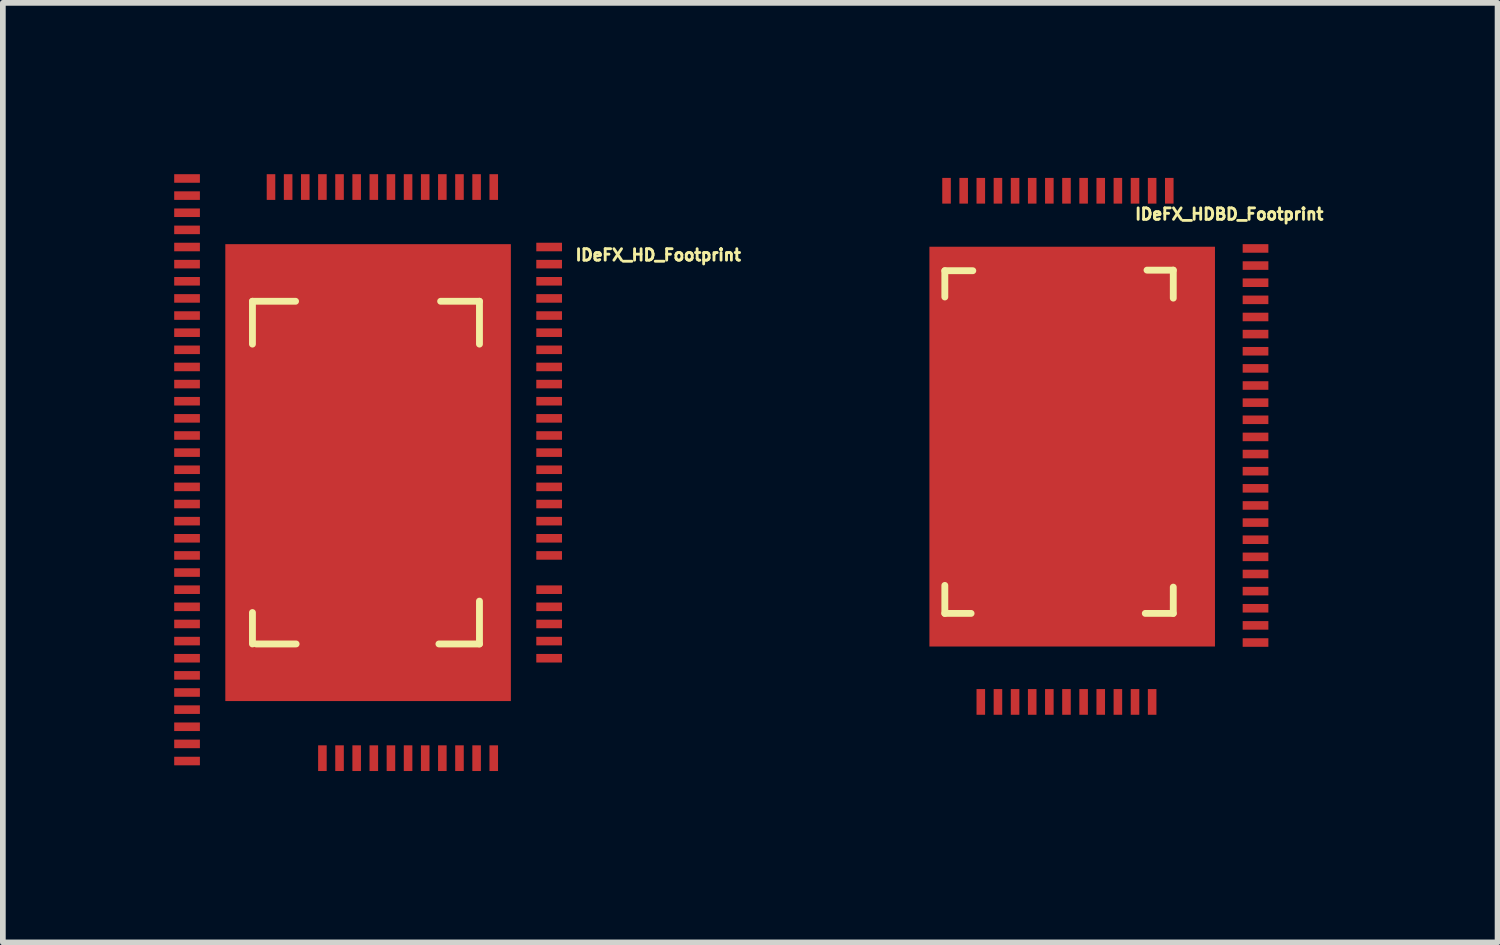
<source format=kicad_pcb>
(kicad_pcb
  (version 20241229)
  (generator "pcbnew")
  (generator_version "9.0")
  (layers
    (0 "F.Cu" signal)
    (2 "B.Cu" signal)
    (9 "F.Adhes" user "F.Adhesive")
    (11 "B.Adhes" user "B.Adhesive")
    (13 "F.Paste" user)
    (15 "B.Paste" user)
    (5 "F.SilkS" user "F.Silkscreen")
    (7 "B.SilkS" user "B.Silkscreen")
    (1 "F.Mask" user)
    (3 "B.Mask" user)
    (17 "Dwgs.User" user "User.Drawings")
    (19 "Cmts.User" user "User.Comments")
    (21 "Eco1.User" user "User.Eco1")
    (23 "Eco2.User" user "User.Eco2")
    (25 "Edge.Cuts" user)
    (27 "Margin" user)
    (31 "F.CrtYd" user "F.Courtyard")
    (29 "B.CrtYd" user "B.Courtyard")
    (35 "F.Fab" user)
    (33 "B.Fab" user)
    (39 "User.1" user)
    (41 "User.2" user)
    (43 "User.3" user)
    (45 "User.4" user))
  (footprint "IDeFX_HD_Footprint"
    (layer "F.Cu")
    (at 3.395 5.225)
    (property "Reference" "IDeFX_HD_Footprint" (at 5.08 -3.81 0) (layer "F.SilkS") (effects (font (size 0.2 0.2) (thickness 0.05))))
    (attr through_hole)
    (fp_line (start -2.025 -3) (end -2.025 -2.25) (stroke (width 0.12) (type solid)) (layer "F.SilkS"))
    (fp_line (start -2.025 -3) (end -1.27 -3) (stroke (width 0.12) (type solid)) (layer "F.SilkS"))
    (fp_line (start -2.025 2.45) (end -2.025 3) (stroke (width 0.12) (type solid)) (layer "F.SilkS"))
    (fp_line (start -1.96 3) (end -1.26 3) (stroke (width 0.12) (type solid)) (layer "F.SilkS"))
    (fp_line (start 1.95 -3) (end 1.27 -3) (stroke (width 0.12) (type solid)) (layer "F.SilkS"))
    (fp_line (start 1.95 -3) (end 1.95 -2.25) (stroke (width 0.12) (type solid)) (layer "F.SilkS"))
    (fp_line (start 1.95 3) (end 1.24 3) (stroke (width 0.12) (type solid)) (layer "F.SilkS"))
    (fp_line (start 1.95 3) (end 1.95 2.25) (stroke (width 0.12) (type solid)) (layer "F.SilkS"))
    (pad "1" smd rect (at -1.7 -5) (size 0.15 0.45) (layers "F.Cu" "F.Mask"))
    (pad "2" smd rect (at -1.4 -5) (size 0.15 0.45) (layers "F.Cu" "F.Mask"))
    (pad "3" smd rect (at -1.1 -5) (size 0.15 0.45) (layers "F.Cu" "F.Mask"))
    (pad "4" smd rect (at -0.8 -5) (size 0.15 0.45) (layers "F.Cu" "F.Mask"))
    (pad "5" smd rect (at -0.5 -5) (size 0.15 0.45) (layers "F.Cu" "F.Mask"))
    (pad "6" smd rect (at -0.2 -5) (size 0.15 0.45) (layers "F.Cu" "F.Mask"))
    (pad "7" smd rect (at 0.1 -5) (size 0.15 0.45) (layers "F.Cu" "F.Mask"))
    (pad "8" smd rect (at 0.4 -5) (size 0.15 0.45) (layers "F.Cu" "F.Mask"))
    (pad "9" smd rect (at 0.7 -5) (size 0.15 0.45) (layers "F.Cu" "F.Mask"))
    (pad "10" smd rect (at 1 -5) (size 0.15 0.45) (layers "F.Cu" "F.Mask"))
    (pad "11" smd rect (at 1.3 -5) (size 0.15 0.45) (layers "F.Cu" "F.Mask"))
    (pad "12" smd rect (at 1.6 -5) (size 0.15 0.45) (layers "F.Cu" "F.Mask"))
    (pad "13" smd rect (at 1.9 -5) (size 0.15 0.45) (layers "F.Cu" "F.Mask"))
    (pad "14" smd rect (at 2.2 -5) (size 0.15 0.45) (layers "F.Cu" "F.Mask"))
    (pad "15" smd rect (at 3.17 -3.95) (size 0.45 0.15) (layers "F.Cu" "F.Mask"))
    (pad "16" smd rect (at 3.17 -3.65) (size 0.45 0.15) (layers "F.Cu" "F.Mask"))
    (pad "17" smd rect (at 3.17 -3.35) (size 0.45 0.15) (layers "F.Cu" "F.Mask"))
    (pad "18" smd rect (at 3.17 -3.05) (size 0.45 0.15) (layers "F.Cu" "F.Mask"))
    (pad "19" smd rect (at 3.17 -2.75) (size 0.45 0.15) (layers "F.Cu" "F.Mask"))
    (pad "20" smd rect (at 3.17 -2.45) (size 0.45 0.15) (layers "F.Cu" "F.Mask"))
    (pad "21" smd rect (at 3.17 -2.15) (size 0.45 0.15) (layers "F.Cu" "F.Mask"))
    (pad "22" smd rect (at 3.17 -1.85) (size 0.45 0.15) (layers "F.Cu" "F.Mask"))
    (pad "23" smd rect (at 3.17 -1.55) (size 0.45 0.15) (layers "F.Cu" "F.Mask"))
    (pad "24" smd rect (at 3.17 -1.25) (size 0.45 0.15) (layers "F.Cu" "F.Mask"))
    (pad "25" smd rect (at 3.17 -0.95) (size 0.45 0.15) (layers "F.Cu" "F.Mask"))
    (pad "26" smd rect (at 3.17 -0.65) (size 0.45 0.15) (layers "F.Cu" "F.Mask"))
    (pad "27" smd rect (at 3.17 -0.35) (size 0.45 0.15) (layers "F.Cu" "F.Mask"))
    (pad "28" smd rect (at 3.17 -0.05) (size 0.45 0.15) (layers "F.Cu" "F.Mask"))
    (pad "29" smd rect (at 3.17 0.25) (size 0.45 0.15) (layers "F.Cu" "F.Mask"))
    (pad "30" smd rect (at 3.17 0.55) (size 0.45 0.15) (layers "F.Cu" "F.Mask"))
    (pad "31" smd rect (at 3.17 0.85) (size 0.45 0.15) (layers "F.Cu" "F.Mask"))
    (pad "32" smd rect (at 3.17 1.15) (size 0.45 0.15) (layers "F.Cu" "F.Mask"))
    (pad "33" smd rect (at 3.17 1.45) (size 0.45 0.15) (layers "F.Cu" "F.Mask"))
    (pad "34" smd rect (at 3.17 2.05) (size 0.45 0.15) (layers "F.Cu" "F.Mask"))
    (pad "35" smd rect (at 3.17 2.35) (size 0.45 0.15) (layers "F.Cu" "F.Mask"))
    (pad "36" smd rect (at 3.17 2.65) (size 0.45 0.15) (layers "F.Cu" "F.Mask"))
    (pad "37" smd rect (at 3.17 2.95) (size 0.45 0.15) (layers "F.Cu" "F.Mask"))
    (pad "38" smd rect (at 3.17 3.25) (size 0.45 0.15) (layers "F.Cu" "F.Mask"))
    (pad "39" smd rect (at 2.2 5) (size 0.15 0.45) (layers "F.Cu" "F.Mask"))
    (pad "40" smd rect (at 1.9 5) (size 0.15 0.45) (layers "F.Cu" "F.Mask"))
    (pad "41" smd rect (at 1.6 5) (size 0.15 0.45) (layers "F.Cu" "F.Mask"))
    (pad "42" smd rect (at 1.3 5) (size 0.15 0.45) (layers "F.Cu" "F.Mask"))
    (pad "43" smd rect (at 1 5) (size 0.15 0.45) (layers "F.Cu" "F.Mask"))
    (pad "44" smd rect (at 0.7 5) (size 0.15 0.45) (layers "F.Cu" "F.Mask"))
    (pad "45" smd rect (at 0.4 5) (size 0.15 0.45) (layers "F.Cu" "F.Mask"))
    (pad "46" smd rect (at 0.1 5) (size 0.15 0.45) (layers "F.Cu" "F.Mask"))
    (pad "47" smd rect (at -0.2 5) (size 0.15 0.45) (layers "F.Cu" "F.Mask"))
    (pad "48" smd rect (at -0.5 5) (size 0.15 0.45) (layers "F.Cu" "F.Mask"))
    (pad "49" smd rect (at -0.8 5) (size 0.15 0.45) (layers "F.Cu" "F.Mask"))
    (pad "50" smd rect (at -3.17 5.05) (size 0.45 0.15) (layers "F.Cu" "F.Mask"))
    (pad "51" smd rect (at -3.17 4.75) (size 0.45 0.15) (layers "F.Cu" "F.Mask"))
    (pad "52" smd rect (at -3.17 4.45) (size 0.45 0.15) (layers "F.Cu" "F.Mask"))
    (pad "53" smd rect (at -3.17 4.15) (size 0.45 0.15) (layers "F.Cu" "F.Mask"))
    (pad "54" smd rect (at -3.17 3.85) (size 0.45 0.15) (layers "F.Cu" "F.Mask"))
    (pad "55" smd rect (at -3.17 3.55) (size 0.45 0.15) (layers "F.Cu" "F.Mask"))
    (pad "56" smd rect (at -3.17 3.25) (size 0.45 0.15) (layers "F.Cu" "F.Mask"))
    (pad "57" smd rect (at -3.17 2.95) (size 0.45 0.15) (layers "F.Cu" "F.Mask"))
    (pad "58" smd rect (at -3.17 2.65) (size 0.45 0.15) (layers "F.Cu" "F.Mask"))
    (pad "59" smd rect (at -3.17 2.35) (size 0.45 0.15) (layers "F.Cu" "F.Mask"))
    (pad "60" smd rect (at -3.17 2.05) (size 0.45 0.15) (layers "F.Cu" "F.Mask"))
    (pad "61" smd rect (at -3.17 1.75) (size 0.45 0.15) (layers "F.Cu" "F.Mask"))
    (pad "62" smd rect (at -3.17 1.45) (size 0.45 0.15) (layers "F.Cu" "F.Mask"))
    (pad "63" smd rect (at -3.17 1.15) (size 0.45 0.15) (layers "F.Cu" "F.Mask"))
    (pad "64" smd rect (at -3.17 0.85) (size 0.45 0.15) (layers "F.Cu" "F.Mask"))
    (pad "65" smd rect (at -3.17 0.55) (size 0.45 0.15) (layers "F.Cu" "F.Mask"))
    (pad "66" smd rect (at -3.17 0.25) (size 0.45 0.15) (layers "F.Cu" "F.Mask"))
    (pad "67" smd rect (at -3.17 -0.05) (size 0.45 0.15) (layers "F.Cu" "F.Mask"))
    (pad "68" smd rect (at -3.17 -0.35) (size 0.45 0.15) (layers "F.Cu" "F.Mask"))
    (pad "69" smd rect (at -3.17 -0.65) (size 0.45 0.15) (layers "F.Cu" "F.Mask"))
    (pad "70" smd rect (at -3.17 -0.95) (size 0.45 0.15) (layers "F.Cu" "F.Mask"))
    (pad "71" smd rect (at -3.17 -1.25) (size 0.45 0.15) (layers "F.Cu" "F.Mask"))
    (pad "72" smd rect (at -3.17 -1.55) (size 0.45 0.15) (layers "F.Cu" "F.Mask"))
    (pad "73" smd rect (at -3.17 -1.85) (size 0.45 0.15) (layers "F.Cu" "F.Mask"))
    (pad "74" smd rect (at -3.17 -2.15) (size 0.45 0.15) (layers "F.Cu" "F.Mask"))
    (pad "75" smd rect (at -3.17 -2.45) (size 0.45 0.15) (layers "F.Cu" "F.Mask"))
    (pad "76" smd rect (at -3.17 -2.75) (size 0.45 0.15) (layers "F.Cu" "F.Mask"))
    (pad "77" smd rect (at -3.17 -3.05) (size 0.45 0.15) (layers "F.Cu" "F.Mask"))
    (pad "78" smd rect (at -3.17 -3.35) (size 0.45 0.15) (layers "F.Cu" "F.Mask"))
    (pad "79" smd rect (at -3.17 -3.65) (size 0.45 0.15) (layers "F.Cu" "F.Mask"))
    (pad "80" smd rect (at -3.17 -3.95) (size 0.45 0.15) (layers "F.Cu" "F.Mask"))
    (pad "81" smd rect (at -3.17 -4.25) (size 0.45 0.15) (layers "F.Cu" "F.Mask"))
    (pad "82" smd rect (at -3.17 -4.55) (size 0.45 0.15) (layers "F.Cu" "F.Mask"))
    (pad "82" smd rect (at 0 0) (size 5 8) (layers "F.Cu" "F.Mask"))
    (pad "83" smd rect (at -3.17 -4.85) (size 0.45 0.15) (layers "F.Cu" "F.Mask"))
    (pad "84" smd rect (at -3.17 -5.15) (size 0.45 0.15) (layers "F.Cu" "F.Mask")))
  (footprint "IDeFX_HDBD_Footprint"
    (layer "F.Cu")
    (at 13.223 8.05)
    (property "Reference" "IDeFX_HDBD_Footprint" (at 5.25 -7.35 0) (layer "F.SilkS") (effects (font (size 0.2 0.2) (thickness 0.05))))
    (attr through_hole)
    (fp_poly (pts (xy 4.52 -6.9) (xy 5.12 -6.9) (xy 5.96 -6.9) (xy 5.96 0.64) (xy 5.14 0.64) (xy 4.49 0.64) (xy 4.49 1.45) (xy 0 1.45) (xy 0 -7.99) (xy 4.52 -7.99)) (stroke (width 0.12) (type solid)) (fill yes) (layer "F.Mask"))
    (fp_line (start 0.27 -6.36) (end 0.27 -5.9) (stroke (width 0.12) (type solid)) (layer "F.SilkS"))
    (fp_line (start 0.27 -6.36) (end 0.76 -6.36) (stroke (width 0.12) (type solid)) (layer "F.SilkS"))
    (fp_line (start 0.27 -0.36) (end 0.27 -0.85) (stroke (width 0.12) (type solid)) (layer "F.SilkS"))
    (fp_line (start 0.27 -0.36) (end 0.73 -0.36) (stroke (width 0.12) (type solid)) (layer "F.SilkS"))
    (fp_line (start 4.27 -6.37) (end 3.81 -6.37) (stroke (width 0.12) (type solid)) (layer "F.SilkS"))
    (fp_line (start 4.27 -6.37) (end 4.27 -5.88) (stroke (width 0.12) (type solid)) (layer "F.SilkS"))
    (fp_line (start 4.27 -0.36) (end 3.78 -0.36) (stroke (width 0.12) (type solid)) (layer "F.SilkS"))
    (fp_line (start 4.27 -0.36) (end 4.27 -0.82) (stroke (width 0.12) (type solid)) (layer "F.SilkS"))
    (pad "" smd rect (at 0.24 -5.67) (size 0.48 0.12) (layers "Eco1.User"))
    (pad "" smd rect (at 0.24 -5.52) (size 0.48 0.12) (layers "Eco1.User"))
    (pad "" smd rect (at 0.24 -5.37) (size 0.48 0.12) (layers "Eco1.User"))
    (pad "" smd rect (at 0.24 -5.22) (size 0.48 0.12) (layers "Eco1.User"))
    (pad "" smd rect (at 0.24 -5.07) (size 0.48 0.12) (layers "Eco1.User"))
    (pad "" smd rect (at 0.24 -4.92) (size 0.48 0.12) (layers "Eco1.User"))
    (pad "" smd rect (at 0.24 -4.77) (size 0.48 0.12) (layers "Eco1.User"))
    (pad "" smd rect (at 0.24 -4.62) (size 0.48 0.12) (layers "Eco1.User"))
    (pad "" smd rect (at 0.24 -4.47) (size 0.48 0.12) (layers "Eco1.User"))
    (pad "" smd rect (at 0.24 -4.32) (size 0.48 0.12) (layers "Eco1.User"))
    (pad "" smd rect (at 0.24 -4.17) (size 0.48 0.12) (layers "Eco1.User"))
    (pad "" smd rect (at 0.24 -4.02) (size 0.48 0.12) (layers "Eco1.User"))
    (pad "" smd rect (at 0.24 -3.87) (size 0.48 0.12) (layers "Eco1.User"))
    (pad "" smd rect (at 0.24 -3.72) (size 0.48 0.12) (layers "Eco1.User"))
    (pad "" smd rect (at 0.24 -3.57) (size 0.48 0.12) (layers "Eco1.User"))
    (pad "" smd rect (at 0.24 -3.42) (size 0.48 0.12) (layers "Eco1.User"))
    (pad "" smd rect (at 0.24 -3.27) (size 0.48 0.12) (layers "Eco1.User"))
    (pad "" smd rect (at 0.24 -3.12) (size 0.48 0.12) (layers "Eco1.User"))
    (pad "" smd rect (at 0.24 -2.97) (size 0.48 0.12) (layers "Eco1.User"))
    (pad "" smd rect (at 0.24 -2.82) (size 0.48 0.12) (layers "Eco1.User"))
    (pad "" smd rect (at 0.24 -2.67) (size 0.48 0.12) (layers "Eco1.User"))
    (pad "" smd rect (at 0.24 -2.52) (size 0.48 0.12) (layers "Eco1.User"))
    (pad "" smd rect (at 0.24 -2.37) (size 0.48 0.12) (layers "Eco1.User"))
    (pad "" smd rect (at 0.24 -2.22) (size 0.48 0.12) (layers "Eco1.User"))
    (pad "" smd rect (at 0.24 -2.07) (size 0.48 0.12) (layers "Eco1.User"))
    (pad "" smd rect (at 0.24 -1.92) (size 0.48 0.12) (layers "Eco1.User"))
    (pad "" smd rect (at 0.24 -1.77) (size 0.48 0.12) (layers "Eco1.User"))
    (pad "" smd rect (at 0.24 -1.62) (size 0.48 0.12) (layers "Eco1.User"))
    (pad "" smd rect (at 0.24 -1.47) (size 0.48 0.12) (layers "Eco1.User"))
    (pad "" smd rect (at 0.24 -1.32) (size 0.48 0.12) (layers "Eco1.User"))
    (pad "" smd rect (at 0.24 -1.17) (size 0.48 0.12) (layers "Eco1.User"))
    (pad "" smd rect (at 0.24 -1.02) (size 0.48 0.12) (layers "Eco1.User"))
    (pad "1" smd rect (at 0.3 -7.76) (size 0.15 0.45) (layers "F.Cu" "F.Mask"))
    (pad "2" smd rect (at 0.6 -7.76) (size 0.15 0.45) (layers "F.Cu" "F.Mask"))
    (pad "3" smd rect (at 0.9 -7.76) (size 0.15 0.45) (layers "F.Cu" "F.Mask"))
    (pad "4" smd rect (at 1.2 -7.76) (size 0.15 0.45) (layers "F.Cu" "F.Mask"))
    (pad "5" smd rect (at 1.5 -7.76) (size 0.15 0.45) (layers "F.Cu" "F.Mask"))
    (pad "6" smd rect (at 1.8 -7.76) (size 0.15 0.45) (layers "F.Cu" "F.Mask"))
    (pad "7" smd rect (at 2.1 -7.76) (size 0.15 0.45) (layers "F.Cu" "F.Mask"))
    (pad "8" smd rect (at 2.4 -7.76) (size 0.15 0.45) (layers "F.Cu" "F.Mask"))
    (pad "9" smd rect (at 2.7 -7.76) (size 0.15 0.45) (layers "F.Cu" "F.Mask"))
    (pad "10" smd rect (at 3 -7.76) (size 0.15 0.45) (layers "F.Cu" "F.Mask"))
    (pad "11" smd rect (at 3.3 -7.76) (size 0.15 0.45) (layers "F.Cu" "F.Mask"))
    (pad "12" smd rect (at 3.6 -7.76) (size 0.15 0.45) (layers "F.Cu" "F.Mask"))
    (pad "13" smd rect (at 3.9 -7.76) (size 0.15 0.45) (layers "F.Cu" "F.Mask"))
    (pad "14" smd rect (at 4.2 -7.76) (size 0.15 0.45) (layers "F.Cu" "F.Mask"))
    (pad "15" smd rect (at 5.71 -6.75) (size 0.45 0.15) (layers "F.Cu" "F.Mask"))
    (pad "16" smd rect (at 5.71 -6.45) (size 0.45 0.15) (layers "F.Cu" "F.Mask"))
    (pad "17" smd rect (at 5.71 -6.15) (size 0.45 0.15) (layers "F.Cu" "F.Mask"))
    (pad "18" smd rect (at 5.71 -5.85) (size 0.45 0.15) (layers "F.Cu" "F.Mask"))
    (pad "19" smd rect (at 5.71 -5.55) (size 0.45 0.15) (layers "F.Cu" "F.Mask"))
    (pad "20" smd rect (at 5.71 -5.25) (size 0.45 0.15) (layers "F.Cu" "F.Mask"))
    (pad "21" smd rect (at 5.71 -4.95) (size 0.45 0.15) (layers "F.Cu" "F.Mask"))
    (pad "22" smd rect (at 5.71 -4.65) (size 0.45 0.15) (layers "F.Cu" "F.Mask"))
    (pad "23" smd rect (at 5.71 -4.35) (size 0.45 0.15) (layers "F.Cu" "F.Mask"))
    (pad "24" smd rect (at 5.71 -4.05) (size 0.45 0.15) (layers "F.Cu" "F.Mask"))
    (pad "25" smd rect (at 5.71 -3.75) (size 0.45 0.15) (layers "F.Cu" "F.Mask"))
    (pad "26" smd rect (at 5.71 -3.45) (size 0.45 0.15) (layers "F.Cu" "F.Mask"))
    (pad "27" smd rect (at 5.71 -3.15) (size 0.45 0.15) (layers "F.Cu" "F.Mask"))
    (pad "28" smd rect (at 5.71 -2.85) (size 0.45 0.15) (layers "F.Cu" "F.Mask"))
    (pad "29" smd rect (at 5.71 -2.55) (size 0.45 0.15) (layers "F.Cu" "F.Mask"))
    (pad "30" smd rect (at 5.71 -2.25) (size 0.45 0.15) (layers "F.Cu" "F.Mask"))
    (pad "31" smd rect (at 5.71 -1.95) (size 0.45 0.15) (layers "F.Cu" "F.Mask"))
    (pad "32" smd rect (at 5.71 -1.65) (size 0.45 0.15) (layers "F.Cu" "F.Mask"))
    (pad "33" smd rect (at 5.71 -1.35) (size 0.45 0.15) (layers "F.Cu" "F.Mask"))
    (pad "34" smd rect (at 5.71 -1.05) (size 0.45 0.15) (layers "F.Cu" "F.Mask"))
    (pad "35" smd rect (at 5.71 -0.75) (size 0.45 0.15) (layers "F.Cu" "F.Mask"))
    (pad "36" smd rect (at 5.71 -0.45) (size 0.45 0.15) (layers "F.Cu" "F.Mask"))
    (pad "37" smd rect (at 5.71 -0.15) (size 0.45 0.15) (layers "F.Cu" "F.Mask"))
    (pad "38" smd rect (at 5.71 0.15) (size 0.45 0.15) (layers "F.Cu" "F.Mask"))
    (pad "39" smd rect (at 3.9 1.19) (size 0.15 0.45) (layers "F.Cu" "F.Mask"))
    (pad "40" smd rect (at 3.6 1.19) (size 0.15 0.45) (layers "F.Cu" "F.Mask"))
    (pad "41" smd rect (at 3.3 1.19) (size 0.15 0.45) (layers "F.Cu" "F.Mask"))
    (pad "42" smd rect (at 3 1.19) (size 0.15 0.45) (layers "F.Cu" "F.Mask"))
    (pad "43" smd rect (at 2.7 1.19) (size 0.15 0.45) (layers "F.Cu" "F.Mask"))
    (pad "44" smd rect (at 2.4 1.19) (size 0.15 0.45) (layers "F.Cu" "F.Mask"))
    (pad "45" smd rect (at 2.1 1.19) (size 0.15 0.45) (layers "F.Cu" "F.Mask"))
    (pad "46" smd rect (at 1.8 1.19) (size 0.15 0.45) (layers "F.Cu" "F.Mask"))
    (pad "47" smd rect (at 1.5 1.19) (size 0.15 0.45) (layers "F.Cu" "F.Mask"))
    (pad "48" smd rect (at 1.2 1.19) (size 0.15 0.45) (layers "F.Cu" "F.Mask"))
    (pad "49" smd rect (at 0.9 1.19) (size 0.15 0.45) (layers "F.Cu" "F.Mask"))
    (pad "82" smd rect (at 2.5 -3.28) (size 5 7) (layers "F.Cu" "F.Mask")))
  (gr_rect
    (start -3 -3)
    (end 23.171 13.45)
    (stroke (width 0.1) (type default))
    (fill no)
    (layer "Edge.Cuts")))
</source>
